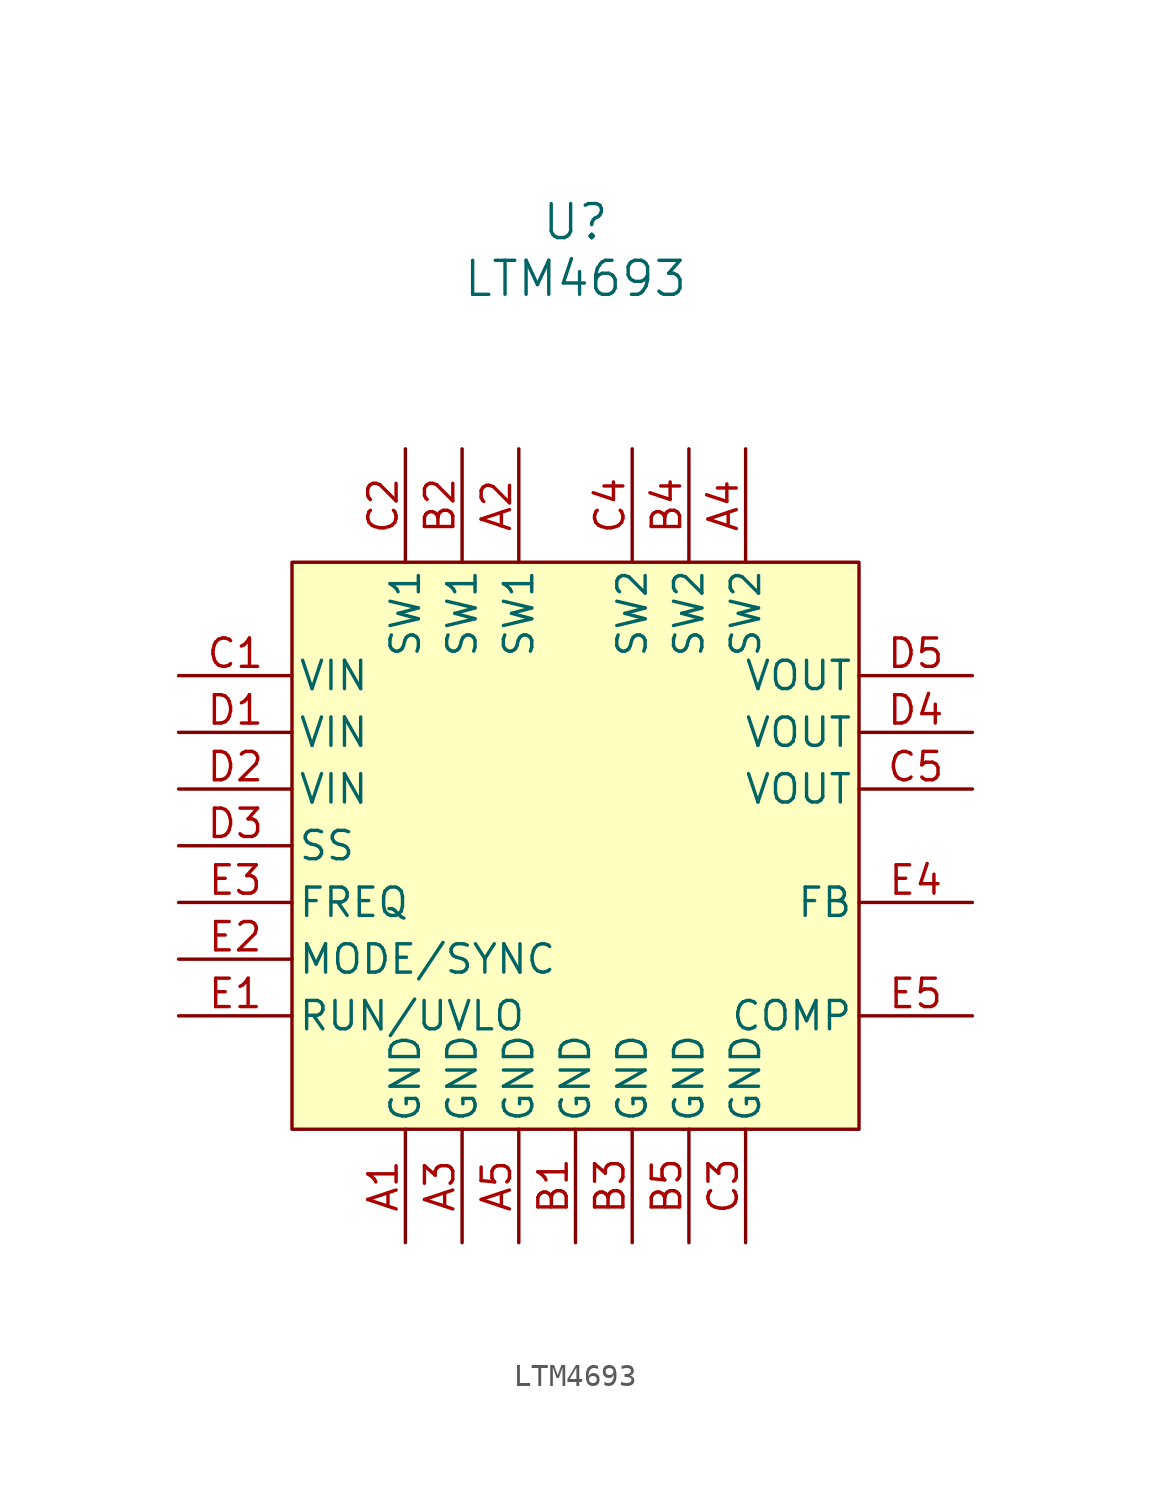
<source format=kicad_sym>
(kicad_symbol_lib
  (version 20211014)
  (generator kicad_symbol_editor)
  (symbol "LTM4693"
    (pin_names
      (offset 0.254))
    (property "Reference" "U"
      (at 0 27.94 0)
      (effects (font (size 1.524 1.524))))
    (property "Value" "LTM4693"
      (at 0 25.4 0)
      (effects (font (size 1.524 1.524))))
    (symbol "LTM4693_0_1"
      (rectangle (start -12.7 12.7) (end 12.7 -12.7) (stroke (width 0) (type default) (color 0 0 0 0)) (fill (type background)))
      (pin power_out line (at -7.62 -17.78 90) (length 5.08) (name "GND" (effects (font (size 1.27 1.27)))) (number "A1" (effects (font (size 1.27 1.27)))))
      (pin bidirectional line (at -2.54 17.78 270) (length 5.08) (name "SW1" (effects (font (size 1.27 1.27)))) (number "A2" (effects (font (size 1.27 1.27)))))
      (pin power_out line (at -5.08 -17.78 90) (length 5.08) (name "GND" (effects (font (size 1.27 1.27)))) (number "A3" (effects (font (size 1.27 1.27)))))
      (pin bidirectional line (at 7.62 17.78 270) (length 5.08) (name "SW2" (effects (font (size 1.27 1.27)))) (number "A4" (effects (font (size 1.27 1.27)))))
      (pin power_out line (at -2.54 -17.78 90) (length 5.08) (name "GND" (effects (font (size 1.27 1.27)))) (number "A5" (effects (font (size 1.27 1.27)))))
      (pin power_out line (at 0 -17.78 90) (length 5.08) (name "GND" (effects (font (size 1.27 1.27)))) (number "B1" (effects (font (size 1.27 1.27)))))
      (pin bidirectional line (at -5.08 17.78 270) (length 5.08) (name "SW1" (effects (font (size 1.27 1.27)))) (number "B2" (effects (font (size 1.27 1.27)))))
      (pin power_out line (at 2.54 -17.78 90) (length 5.08) (name "GND" (effects (font (size 1.27 1.27)))) (number "B3" (effects (font (size 1.27 1.27)))))
      (pin bidirectional line (at 5.08 17.78 270) (length 5.08) (name "SW2" (effects (font (size 1.27 1.27)))) (number "B4" (effects (font (size 1.27 1.27)))))
      (pin power_out line (at 5.08 -17.78 90) (length 5.08) (name "GND" (effects (font (size 1.27 1.27)))) (number "B5" (effects (font (size 1.27 1.27)))))
      (pin power_in line (at -17.78 7.62 0) (length 5.08) (name "VIN" (effects (font (size 1.27 1.27)))) (number "C1" (effects (font (size 1.27 1.27)))))
      (pin bidirectional line (at -7.62 17.78 270) (length 5.08) (name "SW1" (effects (font (size 1.27 1.27)))) (number "C2" (effects (font (size 1.27 1.27)))))
      (pin power_out line (at 7.62 -17.78 90) (length 5.08) (name "GND" (effects (font (size 1.27 1.27)))) (number "C3" (effects (font (size 1.27 1.27)))))
      (pin bidirectional line (at 2.54 17.78 270) (length 5.08) (name "SW2" (effects (font (size 1.27 1.27)))) (number "C4" (effects (font (size 1.27 1.27)))))
      (pin output line (at 17.78 2.54 180) (length 5.08) (name "VOUT" (effects (font (size 1.27 1.27)))) (number "C5" (effects (font (size 1.27 1.27)))))
      (pin power_in line (at -17.78 5.08 0) (length 5.08) (name "VIN" (effects (font (size 1.27 1.27)))) (number "D1" (effects (font (size 1.27 1.27)))))
      (pin power_in line (at -17.78 2.54 0) (length 5.08) (name "VIN" (effects (font (size 1.27 1.27)))) (number "D2" (effects (font (size 1.27 1.27)))))
      (pin input line (at -17.78 0 0) (length 5.08) (name "SS" (effects (font (size 1.27 1.27)))) (number "D3" (effects (font (size 1.27 1.27)))))
      (pin output line (at 17.78 5.08 180) (length 5.08) (name "VOUT" (effects (font (size 1.27 1.27)))) (number "D4" (effects (font (size 1.27 1.27)))))
      (pin output line (at 17.78 7.62 180) (length 5.08) (name "VOUT" (effects (font (size 1.27 1.27)))) (number "D5" (effects (font (size 1.27 1.27)))))
      (pin input line (at -17.78 -7.62 0) (length 5.08) (name "RUN/UVLO" (effects (font (size 1.27 1.27)))) (number "E1" (effects (font (size 1.27 1.27)))))
      (pin unspecified line (at -17.78 -5.08 0) (length 5.08) (name "MODE/SYNC" (effects (font (size 1.27 1.27)))) (number "E2" (effects (font (size 1.27 1.27)))))
      (pin input line (at -17.78 -2.54 0) (length 5.08) (name "FREQ" (effects (font (size 1.27 1.27)))) (number "E3" (effects (font (size 1.27 1.27)))))
      (pin input line (at 17.78 -2.54 180) (length 5.08) (name "FB" (effects (font (size 1.27 1.27)))) (number "E4" (effects (font (size 1.27 1.27)))))
      (pin output line (at 17.78 -7.62 180) (length 5.08) (name "COMP" (effects (font (size 1.27 1.27)))) (number "E5" (effects (font (size 1.27 1.27))))))))
</source>
